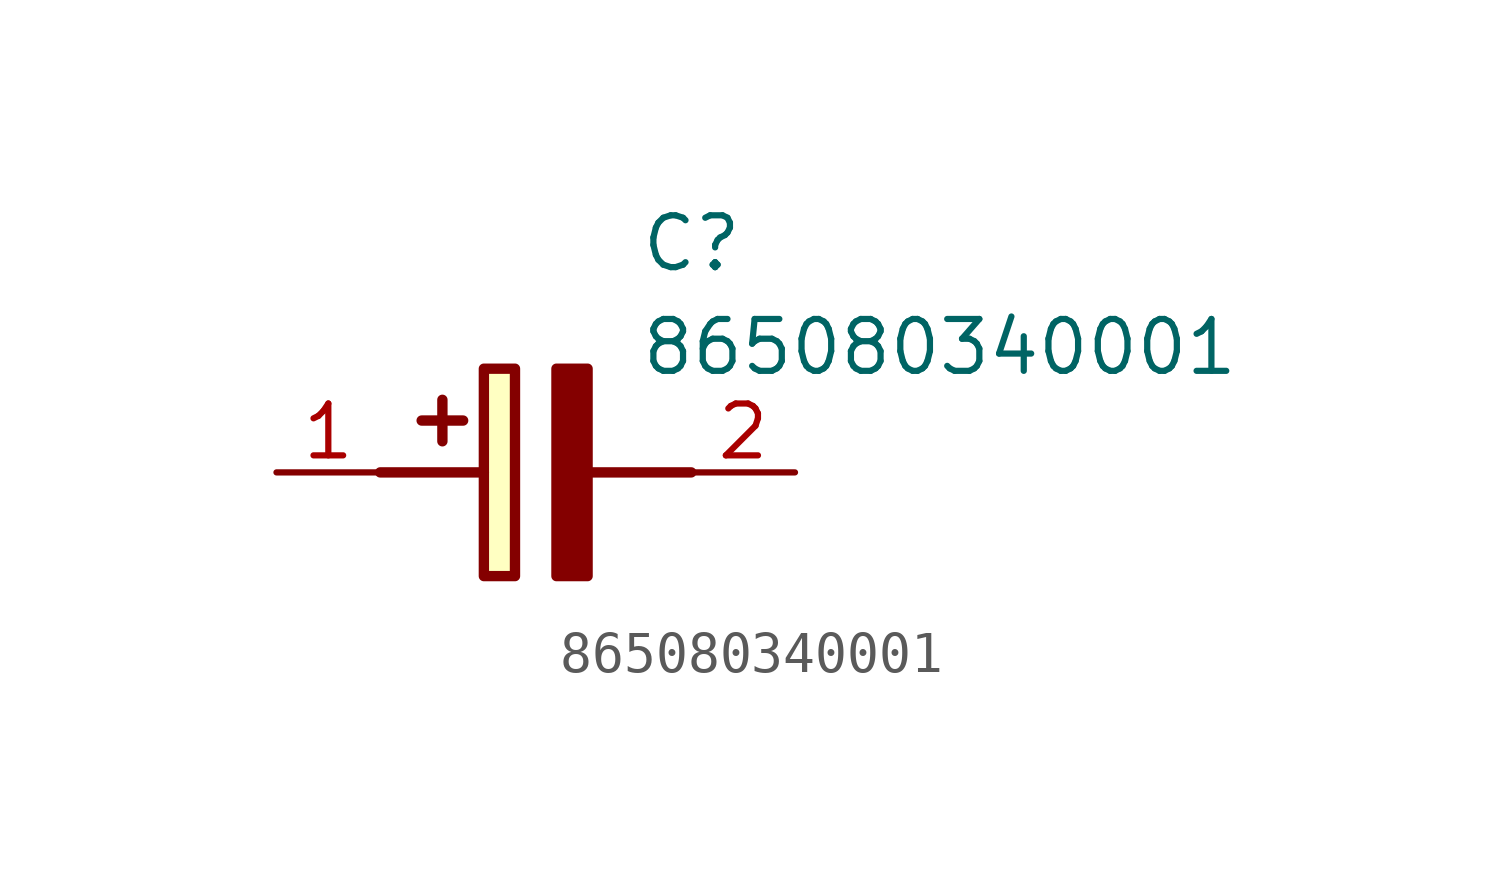
<source format=kicad_sym>
(kicad_symbol_lib
  (version 20211014)
  (generator SamacSys_ECAD_Model)
  (symbol "865080340001"
    (pin_names hide)
    (property "Reference" "C"
      (at 8.89 6.35 0)
      (effects (font (size 1.27 1.27)) (justify left top)))
    (property "Value" "865080340001"
      (at 8.89 3.81 0)
      (effects (font (size 1.27 1.27)) (justify left top)))
    (rectangle
      (start 5.08 2.54)
      (end 5.842 -2.54)
      (stroke (width 0.254) (type default))
      (fill (type background)))
    (polyline
      (pts (xy 4.572 1.27) (xy 3.556 1.27))
      (stroke (width 0.254) (type default))
      (fill (type none)))
    (polyline
      (pts (xy 4.064 1.778) (xy 4.064 0.762))
      (stroke (width 0.254) (type default))
      (fill (type none)))
    (polyline
      (pts (xy 2.54 0) (xy 5.08 0))
      (stroke (width 0.254) (type default))
      (fill (type none)))
    (polyline
      (pts (xy 7.62 0) (xy 10.16 0))
      (stroke (width 0.254) (type default))
      (fill (type none)))
    (polyline
      (pts (xy 7.62 2.54) (xy 7.62 -2.54) (xy 6.858 -2.54) (xy 6.858 2.54) (xy 7.62 2.54))
      (stroke (width 0.254) (type default))
      (fill (type outline)))
    (pin passive line
      (at 0 0 0)
      (length 2.54)
      (name "+" (effects (font (size 1.27 1.27))))
      (number "1" (effects (font (size 1.27 1.27)))))
    (pin passive line
      (at 12.7 0 180)
      (length 2.54)
      (name "-" (effects (font (size 1.27 1.27))))
      (number "2" (effects (font (size 1.27 1.27)))))))
</source>
